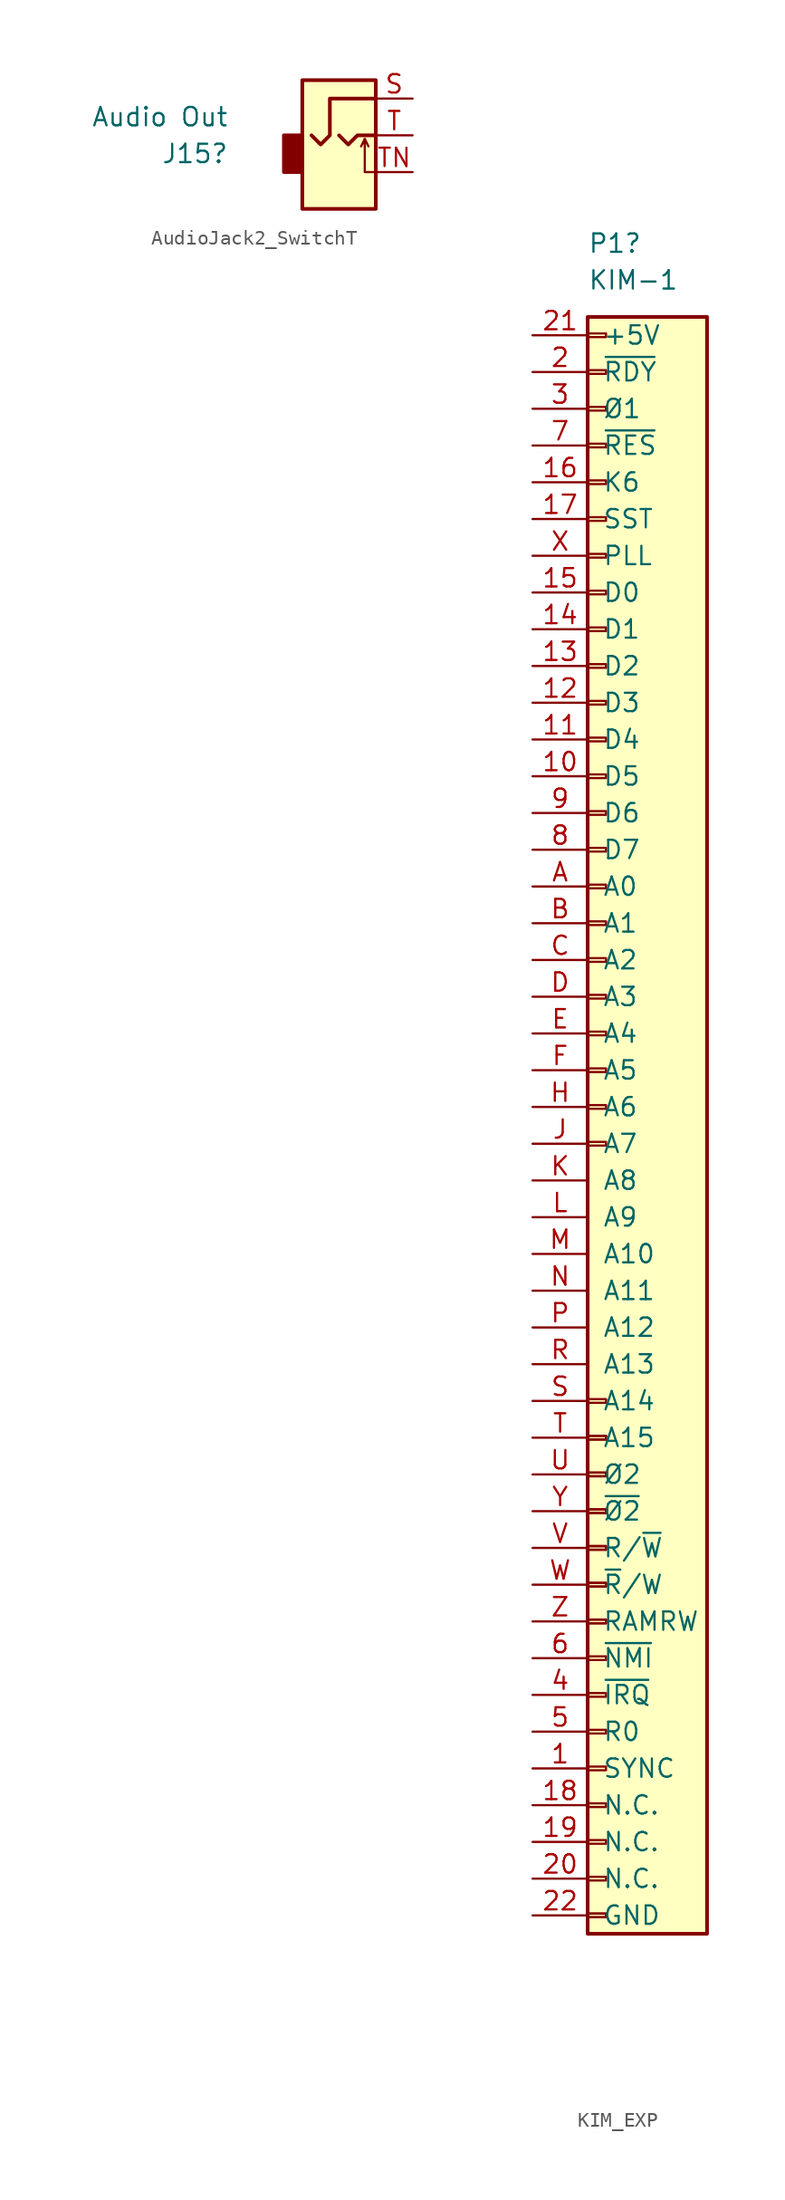
<source format=kicad_sym>
(kicad_symbol_lib
  (version 20220914)
  (generator kicad_symbol_editor)
  (symbol "AudioJack2_SwitchT"
    (property "Reference" "J15"
      (at -7.62 -1.27 0)
      (effects (font (size 1.27 1.27)) (justify right)))
    (property "Value" "Audio Out"
      (at -7.62 1.27 0)
      (effects (font (size 1.27 1.27)) (justify right)))
    (symbol "AudioJack2_SwitchT_0_1"
      (rectangle (start -2.54 0) (end -3.81 -2.54) (stroke (width 0.254) (type default)) (fill (type outline)))
      (polyline (pts (xy 1.778 -0.254) (xy 2.032 -0.762)) (stroke (width 0) (type default)) (fill (type none)))
      (polyline (pts (xy 0 0) (xy 0.635 -0.635) (xy 1.27 0) (xy 2.54 0)) (stroke (width 0.254) (type default)) (fill (type none)))
      (polyline (pts (xy 2.54 -2.54) (xy 1.778 -2.54) (xy 1.778 -0.254) (xy 1.524 -0.762)) (stroke (width 0) (type default)) (fill (type none)))
      (polyline (pts (xy 2.54 2.54) (xy -0.635 2.54) (xy -0.635 0) (xy -1.27 -0.635) (xy -1.905 0)) (stroke (width 0.254) (type default)) (fill (type none)))
      (rectangle (start 2.54 3.81) (end -2.54 -5.08) (stroke (width 0.254) (type default)) (fill (type background))))
    (symbol "AudioJack2_SwitchT_1_1"
      (pin passive line (at 5.08 2.54 180) (length 2.54) (name "~" (effects (font (size 1.27 1.27)))) (number "S" (effects (font (size 1.27 1.27)))))
      (pin passive line (at 5.08 0 180) (length 2.54) (name "~" (effects (font (size 1.27 1.27)))) (number "T" (effects (font (size 1.27 1.27)))))
      (pin passive line (at 5.08 -2.54 180) (length 2.54) (name "~" (effects (font (size 1.27 1.27)))) (number "TN" (effects (font (size 1.27 1.27)))))))
  (symbol "KIM_EXP"
    (pin_names
      (offset 1.016))
    (property "Reference" "P1"
      (at -1.27 59.69 0)
      (effects (font (size 1.27 1.27)) (justify left)))
    (property "Value" "KIM-1"
      (at -1.27 57.15 0)
      (effects (font (size 1.27 1.27)) (justify left)))
    (symbol "KIM_EXP_1_1"
      (rectangle (start -1.27 -55.753) (end 0 -56.007) (stroke (width 0.152) (type default)) (fill (type none)))
      (rectangle (start -1.27 -53.213) (end 0 -53.467) (stroke (width 0.152) (type default)) (fill (type none)))
      (rectangle (start -1.27 -50.673) (end 0 -50.927) (stroke (width 0.152) (type default)) (fill (type none)))
      (rectangle (start -1.27 -48.133) (end 0 -48.387) (stroke (width 0.152) (type default)) (fill (type none)))
      (rectangle (start -1.27 -45.593) (end 0 -45.847) (stroke (width 0.152) (type default)) (fill (type none)))
      (rectangle (start -1.27 7.747) (end 0 7.493) (stroke (width 0.152) (type default)) (fill (type none)))
      (rectangle (start -1.27 10.287) (end 0 10.033) (stroke (width 0.152) (type default)) (fill (type none)))
      (rectangle (start -1.27 12.827) (end 0 12.573) (stroke (width 0.152) (type default)) (fill (type none)))
      (rectangle (start -1.27 15.367) (end 0 15.113) (stroke (width 0.152) (type default)) (fill (type none)))
      (rectangle (start -1.27 17.907) (end 0 17.653) (stroke (width 0.152) (type default)) (fill (type none)))
      (rectangle (start -1.27 20.447) (end 0 20.193) (stroke (width 0.152) (type default)) (fill (type none)))
      (rectangle (start -1.27 22.987) (end 0 22.733) (stroke (width 0.152) (type default)) (fill (type none)))
      (rectangle (start -1.27 25.527) (end 0 25.273) (stroke (width 0.152) (type default)) (fill (type none)))
      (rectangle (start -1.27 28.067) (end 0 27.813) (stroke (width 0.152) (type default)) (fill (type none)))
      (rectangle (start -1.27 30.607) (end 0 30.353) (stroke (width 0.152) (type default)) (fill (type none)))
      (rectangle (start -1.27 33.147) (end 0 32.893) (stroke (width 0.152) (type default)) (fill (type none)))
      (rectangle (start -1.27 35.687) (end 0 35.433) (stroke (width 0.152) (type default)) (fill (type none)))
      (rectangle (start -1.27 38.227) (end 0 37.973) (stroke (width 0.152) (type default)) (fill (type none)))
      (rectangle (start -1.27 40.767) (end 0 40.513) (stroke (width 0.152) (type default)) (fill (type none)))
      (rectangle (start -1.27 43.307) (end 0 43.053) (stroke (width 0.152) (type default)) (fill (type none)))
      (rectangle (start -1.27 45.847) (end 0 45.593) (stroke (width 0.152) (type default)) (fill (type none)))
      (rectangle (start -1.27 48.387) (end 0 48.133) (stroke (width 0.152) (type default)) (fill (type none)))
      (rectangle (start -1.27 50.927) (end 0 50.673) (stroke (width 0.152) (type default)) (fill (type none)))
      (rectangle (start -1.27 53.467) (end 0 53.213) (stroke (width 0.152) (type default)) (fill (type none)))
      (rectangle (start -1.27 54.61) (end 6.985 -57.15) (stroke (width 0.254) (type default)) (fill (type background)))
      (rectangle (start 0 -56.007) (end -1.27 -55.753) (stroke (width 0.152) (type default)) (fill (type none)))
      (rectangle (start 0 -43.307) (end -1.27 -43.053) (stroke (width 0.152) (type default)) (fill (type none)))
      (rectangle (start 0 -40.767) (end -1.27 -40.513) (stroke (width 0.152) (type default)) (fill (type none)))
      (rectangle (start 0 -38.227) (end -1.27 -37.973) (stroke (width 0.152) (type default)) (fill (type none)))
      (rectangle (start 0 -35.687) (end -1.27 -35.433) (stroke (width 0.152) (type default)) (fill (type none)))
      (rectangle (start 0 -35.687) (end -1.27 -35.433) (stroke (width 0.152) (type default)) (fill (type none)))
      (rectangle (start 0 -33.147) (end -1.27 -32.893) (stroke (width 0.152) (type default)) (fill (type none)))
      (rectangle (start 0 -33.147) (end -1.27 -32.893) (stroke (width 0.152) (type default)) (fill (type none)))
      (rectangle (start 0 -30.607) (end -1.27 -30.353) (stroke (width 0.152) (type default)) (fill (type none)))
      (rectangle (start 0 -30.607) (end -1.27 -30.353) (stroke (width 0.152) (type default)) (fill (type none)))
      (rectangle (start 0 -28.067) (end -1.27 -27.813) (stroke (width 0.152) (type default)) (fill (type none)))
      (rectangle (start 0 -28.067) (end -1.27 -27.813) (stroke (width 0.152) (type default)) (fill (type none)))
      (rectangle (start 0 -25.527) (end -1.27 -25.273) (stroke (width 0.152) (type default)) (fill (type none)))
      (rectangle (start 0 -25.527) (end -1.27 -25.273) (stroke (width 0.152) (type default)) (fill (type none)))
      (rectangle (start 0 -22.987) (end -1.27 -22.733) (stroke (width 0.152) (type default)) (fill (type none)))
      (rectangle (start 0 -22.987) (end -1.27 -22.733) (stroke (width 0.152) (type default)) (fill (type none)))
      (rectangle (start 0 -20.447) (end -1.27 -20.193) (stroke (width 0.152) (type default)) (fill (type none)))
      (rectangle (start 0 -2.667) (end -1.27 -2.413) (stroke (width 0.152) (type default)) (fill (type none)))
      (rectangle (start 0 -0.127) (end -1.27 0.127) (stroke (width 0.152) (type default)) (fill (type none)))
      (rectangle (start 0 2.413) (end -1.27 2.667) (stroke (width 0.152) (type default)) (fill (type none)))
      (rectangle (start 0 4.953) (end -1.27 5.207) (stroke (width 0.152) (type default)) (fill (type none)))
      (pin passive line (at -5.08 -45.72 0) (length 3.81) (name "SYNC" (effects (font (size 1.27 1.27)))) (number "1" (effects (font (size 1.27 1.27)))))
      (pin passive line (at -5.08 22.86 0) (length 3.81) (name "D5" (effects (font (size 1.27 1.27)))) (number "10" (effects (font (size 1.27 1.27)))))
      (pin passive line (at -5.08 25.4 0) (length 3.81) (name "D4" (effects (font (size 1.27 1.27)))) (number "11" (effects (font (size 1.27 1.27)))))
      (pin passive line (at -5.08 27.94 0) (length 3.81) (name "D3" (effects (font (size 1.27 1.27)))) (number "12" (effects (font (size 1.27 1.27)))))
      (pin passive line (at -5.08 30.48 0) (length 3.81) (name "D2" (effects (font (size 1.27 1.27)))) (number "13" (effects (font (size 1.27 1.27)))))
      (pin passive line (at -5.08 33.02 0) (length 3.81) (name "D1" (effects (font (size 1.27 1.27)))) (number "14" (effects (font (size 1.27 1.27)))))
      (pin passive line (at -5.08 35.56 0) (length 3.81) (name "D0" (effects (font (size 1.27 1.27)))) (number "15" (effects (font (size 1.27 1.27)))))
      (pin passive line (at -5.08 43.18 0) (length 3.81) (name "K6" (effects (font (size 1.27 1.27)))) (number "16" (effects (font (size 1.27 1.27)))))
      (pin passive line (at -5.08 40.64 0) (length 3.81) (name "SST" (effects (font (size 1.27 1.27)))) (number "17" (effects (font (size 1.27 1.27)))))
      (pin passive line (at -5.08 -48.26 0) (length 3.81) (name "N.C." (effects (font (size 1.27 1.27)))) (number "18" (effects (font (size 1.27 1.27)))))
      (pin passive line (at -5.08 -50.8 0) (length 3.81) (name "N.C." (effects (font (size 1.27 1.27)))) (number "19" (effects (font (size 1.27 1.27)))))
      (pin passive line (at -5.08 50.8 0) (length 3.81) (name "~{RDY}" (effects (font (size 1.27 1.27)))) (number "2" (effects (font (size 1.27 1.27)))))
      (pin passive line (at -5.08 -53.34 0) (length 3.81) (name "N.C." (effects (font (size 1.27 1.27)))) (number "20" (effects (font (size 1.27 1.27)))))
      (pin passive line (at -5.08 53.34 0) (length 3.81) (name "+5V" (effects (font (size 1.27 1.27)))) (number "21" (effects (font (size 1.27 1.27)))))
      (pin passive line (at -5.08 -55.88 0) (length 3.81) (name "GND" (effects (font (size 1.27 1.27)))) (number "22" (effects (font (size 1.27 1.27)))))
      (pin passive line (at -5.08 48.26 0) (length 3.81) (name "Ø1" (effects (font (size 1.27 1.27)))) (number "3" (effects (font (size 1.27 1.27)))))
      (pin passive line (at -5.08 -40.64 0) (length 3.81) (name "~{IRQ}" (effects (font (size 1.27 1.27)))) (number "4" (effects (font (size 1.27 1.27)))))
      (pin passive line (at -5.08 -43.18 0) (length 3.81) (name "R0" (effects (font (size 1.27 1.27)))) (number "5" (effects (font (size 1.27 1.27)))))
      (pin passive line (at -5.08 -38.1 0) (length 3.81) (name "~{NMI}" (effects (font (size 1.27 1.27)))) (number "6" (effects (font (size 1.27 1.27)))))
      (pin passive line (at -5.08 45.72 0) (length 3.81) (name "~{RES}" (effects (font (size 1.27 1.27)))) (number "7" (effects (font (size 1.27 1.27)))))
      (pin passive line (at -5.08 17.78 0) (length 3.81) (name "D7" (effects (font (size 1.27 1.27)))) (number "8" (effects (font (size 1.27 1.27)))))
      (pin passive line (at -5.08 20.32 0) (length 3.81) (name "D6" (effects (font (size 1.27 1.27)))) (number "9" (effects (font (size 1.27 1.27)))))
      (pin passive line (at -5.08 15.24 0) (length 3.81) (name "A0" (effects (font (size 1.27 1.27)))) (number "A" (effects (font (size 1.27 1.27)))))
      (pin passive line (at -5.08 12.7 0) (length 3.81) (name "A1" (effects (font (size 1.27 1.27)))) (number "B" (effects (font (size 1.27 1.27)))))
      (pin passive line (at -5.08 10.16 0) (length 3.81) (name "A2" (effects (font (size 1.27 1.27)))) (number "C" (effects (font (size 1.27 1.27)))))
      (pin passive line (at -5.08 7.62 0) (length 3.81) (name "A3" (effects (font (size 1.27 1.27)))) (number "D" (effects (font (size 1.27 1.27)))))
      (pin passive line (at -5.08 5.08 0) (length 3.81) (name "A4" (effects (font (size 1.27 1.27)))) (number "E" (effects (font (size 1.27 1.27)))))
      (pin passive line (at -5.08 2.54 0) (length 3.81) (name "A5" (effects (font (size 1.27 1.27)))) (number "F" (effects (font (size 1.27 1.27)))))
      (pin passive line (at -5.08 0 0) (length 3.81) (name "A6" (effects (font (size 1.27 1.27)))) (number "H" (effects (font (size 1.27 1.27)))))
      (pin passive line (at -5.08 -2.54 0) (length 3.81) (name "A7" (effects (font (size 1.27 1.27)))) (number "J" (effects (font (size 1.27 1.27)))))
      (pin passive line (at -5.08 -5.08 0) (length 3.81) (name "A8" (effects (font (size 1.27 1.27)))) (number "K" (effects (font (size 1.27 1.27)))))
      (pin passive line (at -5.08 -7.62 0) (length 3.81) (name "A9" (effects (font (size 1.27 1.27)))) (number "L" (effects (font (size 1.27 1.27)))))
      (pin passive line (at -5.08 -10.16 0) (length 3.81) (name "A10" (effects (font (size 1.27 1.27)))) (number "M" (effects (font (size 1.27 1.27)))))
      (pin passive line (at -5.08 -12.7 0) (length 3.81) (name "A11" (effects (font (size 1.27 1.27)))) (number "N" (effects (font (size 1.27 1.27)))))
      (pin passive line (at -5.08 -15.24 0) (length 3.81) (name "A12" (effects (font (size 1.27 1.27)))) (number "P" (effects (font (size 1.27 1.27)))))
      (pin passive line (at -5.08 -17.78 0) (length 3.81) (name "A13" (effects (font (size 1.27 1.27)))) (number "R" (effects (font (size 1.27 1.27)))))
      (pin passive line (at -5.08 -20.32 0) (length 3.81) (name "A14" (effects (font (size 1.27 1.27)))) (number "S" (effects (font (size 1.27 1.27)))))
      (pin passive line (at -5.08 -22.86 0) (length 3.81) (name "A15" (effects (font (size 1.27 1.27)))) (number "T" (effects (font (size 1.27 1.27)))))
      (pin passive line (at -5.08 -25.4 0) (length 3.81) (name "Ø2" (effects (font (size 1.27 1.27)))) (number "U" (effects (font (size 1.27 1.27)))))
      (pin passive line (at -5.08 -30.48 0) (length 3.81) (name "R/~{W}" (effects (font (size 1.27 1.27)))) (number "V" (effects (font (size 1.27 1.27)))))
      (pin passive line (at -5.08 -33.02 0) (length 3.81) (name "~{R}/W" (effects (font (size 1.27 1.27)))) (number "W" (effects (font (size 1.27 1.27)))))
      (pin passive line (at -5.08 38.1 0) (length 3.81) (name "PLL" (effects (font (size 1.27 1.27)))) (number "X" (effects (font (size 1.27 1.27)))))
      (pin passive line (at -5.08 -27.94 0) (length 3.81) (name "~{Ø2}" (effects (font (size 1.27 1.27)))) (number "Y" (effects (font (size 1.27 1.27)))))
      (pin passive line (at -5.08 -35.56 0) (length 3.81) (name "RAMRW" (effects (font (size 1.27 1.27)))) (number "Z" (effects (font (size 1.27 1.27))))))))
</source>
